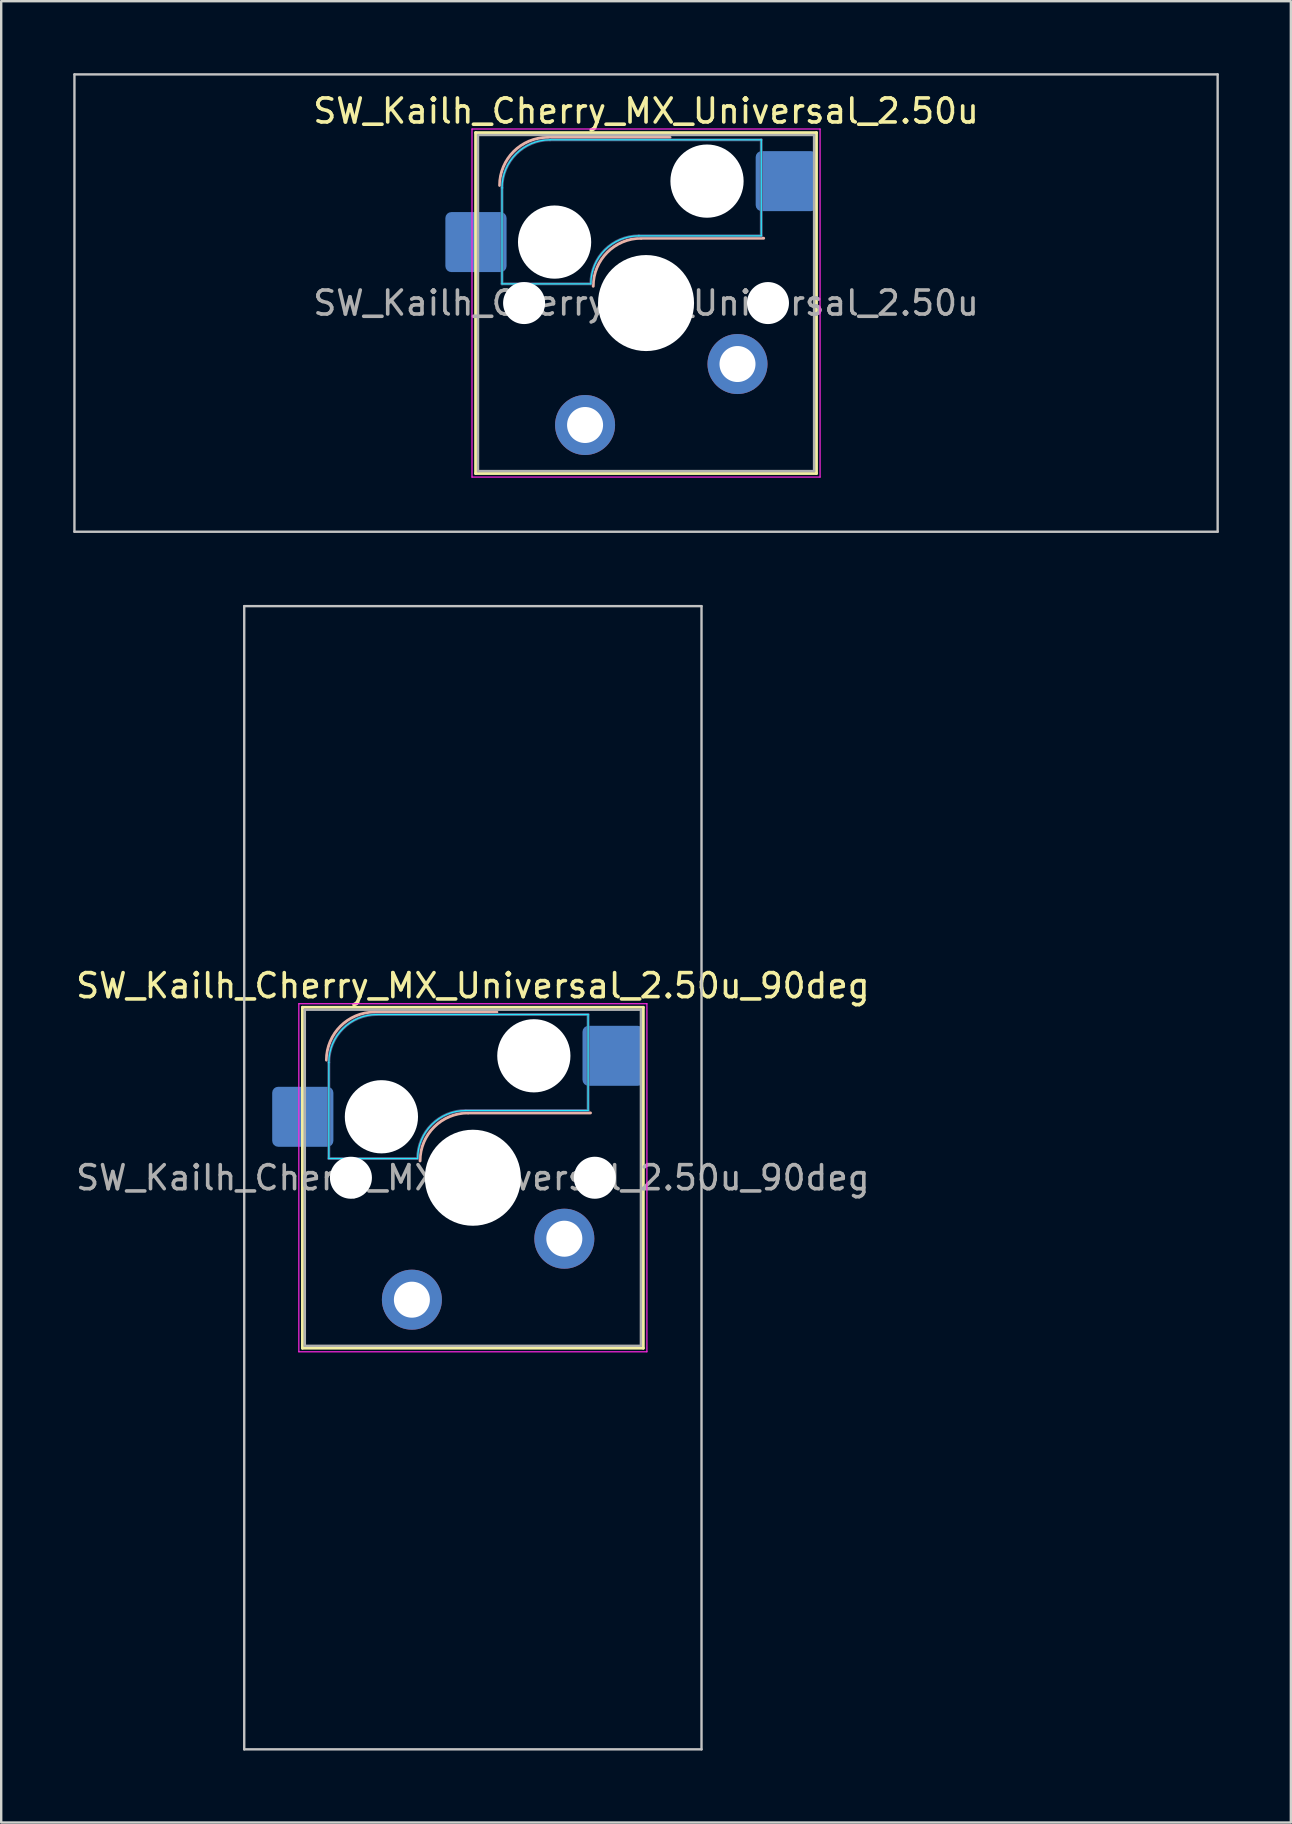
<source format=kicad_pcb>
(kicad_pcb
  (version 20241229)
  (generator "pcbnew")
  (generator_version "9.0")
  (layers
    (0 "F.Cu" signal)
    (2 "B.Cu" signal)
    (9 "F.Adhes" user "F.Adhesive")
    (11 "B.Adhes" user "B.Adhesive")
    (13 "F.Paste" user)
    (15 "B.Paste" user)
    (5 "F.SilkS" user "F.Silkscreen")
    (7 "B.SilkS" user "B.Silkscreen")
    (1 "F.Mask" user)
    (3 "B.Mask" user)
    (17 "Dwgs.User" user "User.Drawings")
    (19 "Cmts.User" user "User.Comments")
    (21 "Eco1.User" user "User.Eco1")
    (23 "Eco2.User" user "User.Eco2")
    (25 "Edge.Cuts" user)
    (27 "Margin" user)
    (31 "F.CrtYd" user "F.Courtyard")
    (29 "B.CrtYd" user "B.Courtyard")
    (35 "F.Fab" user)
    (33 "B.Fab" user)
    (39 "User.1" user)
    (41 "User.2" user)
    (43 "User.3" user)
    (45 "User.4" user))
  (footprint "SW_Kailh_Cherry_MX_Universal_2.50u_90deg"
    (layer "F.Cu")
    (at 16.649 46.013)
    (property "Reference" "SW_Kailh_Cherry_MX_Universal_2.50u_90deg" (at 0 -8 0) (layer "F.SilkS") (effects (font (size 1 1) (thickness 0.15))))
    (attr through_hole)
    (fp_line (start -7.1 -7.1) (end -7.1 7.1) (stroke (width 0.12) (type solid)) (layer "F.SilkS"))
    (fp_line (start -7.1 7.1) (end 7.1 7.1) (stroke (width 0.12) (type solid)) (layer "F.SilkS"))
    (fp_line (start 7.1 -7.1) (end -7.1 -7.1) (stroke (width 0.12) (type solid)) (layer "F.SilkS"))
    (fp_line (start 7.1 7.1) (end 7.1 -7.1) (stroke (width 0.12) (type solid)) (layer "F.SilkS"))
    (fp_line (start -4.1 -6.9) (end 1 -6.9) (stroke (width 0.12) (type solid)) (layer "B.SilkS"))
    (fp_line (start -0.2 -2.7) (end 4.9 -2.7) (stroke (width 0.12) (type solid)) (layer "B.SilkS"))
    (fp_arc (start -6.1 -4.9) (mid -5.514214 -6.314214) (end -4.1 -6.9) (stroke (width 0.12) (type solid)) (layer "B.SilkS"))
    (fp_arc (start -2.2 -0.7) (mid -1.614214 -2.114214) (end -0.2 -2.7) (stroke (width 0.12) (type solid)) (layer "B.SilkS"))
    (fp_line (start -9.525 -23.812) (end 9.525 -23.812) (stroke (width 0.1) (type solid)) (layer "Dwgs.User"))
    (fp_line (start -9.525 23.812) (end -9.525 -23.812) (stroke (width 0.1) (type solid)) (layer "Dwgs.User"))
    (fp_line (start 9.525 -23.812) (end 9.525 23.812) (stroke (width 0.1) (type solid)) (layer "Dwgs.User"))
    (fp_line (start 9.525 23.812) (end -9.525 23.812) (stroke (width 0.1) (type solid)) (layer "Dwgs.User"))
    (fp_line (start -7.8 -6) (end -7 -6) (stroke (width 0.1) (type solid)) (layer "Eco1.User"))
    (fp_line (start -7.8 -2.9) (end -7.8 -6) (stroke (width 0.1) (type solid)) (layer "Eco1.User"))
    (fp_line (start -7.8 2.9) (end -7 2.9) (stroke (width 0.1) (type solid)) (layer "Eco1.User"))
    (fp_line (start -7.8 6) (end -7.8 2.9) (stroke (width 0.1) (type solid)) (layer "Eco1.User"))
    (fp_line (start -7 -7) (end 7 -7) (stroke (width 0.1) (type solid)) (layer "Eco1.User"))
    (fp_line (start -7 -6) (end -7 -7) (stroke (width 0.1) (type solid)) (layer "Eco1.User"))
    (fp_line (start -7 -2.9) (end -7.8 -2.9) (stroke (width 0.1) (type solid)) (layer "Eco1.User"))
    (fp_line (start -7 2.9) (end -7 -2.9) (stroke (width 0.1) (type solid)) (layer "Eco1.User"))
    (fp_line (start -7 6) (end -7.8 6) (stroke (width 0.1) (type solid)) (layer "Eco1.User"))
    (fp_line (start -7 7) (end -7 6) (stroke (width 0.1) (type solid)) (layer "Eco1.User"))
    (fp_line (start 7 -7) (end 7 -6) (stroke (width 0.1) (type solid)) (layer "Eco1.User"))
    (fp_line (start 7 -6) (end 7.8 -6) (stroke (width 0.1) (type solid)) (layer "Eco1.User"))
    (fp_line (start 7 -2.9) (end 7 2.9) (stroke (width 0.1) (type solid)) (layer "Eco1.User"))
    (fp_line (start 7 2.9) (end 7.8 2.9) (stroke (width 0.1) (type solid)) (layer "Eco1.User"))
    (fp_line (start 7 6) (end 7 7) (stroke (width 0.1) (type solid)) (layer "Eco1.User"))
    (fp_line (start 7 7) (end -7 7) (stroke (width 0.1) (type solid)) (layer "Eco1.User"))
    (fp_line (start 7.8 -6) (end 7.8 -2.9) (stroke (width 0.1) (type solid)) (layer "Eco1.User"))
    (fp_line (start 7.8 -2.9) (end 7 -2.9) (stroke (width 0.1) (type solid)) (layer "Eco1.User"))
    (fp_line (start 7.8 2.9) (end 7.8 6) (stroke (width 0.1) (type solid)) (layer "Eco1.User"))
    (fp_line (start 7.8 6) (end 7 6) (stroke (width 0.1) (type solid)) (layer "Eco1.User"))
    (fp_line (start -6 -0.8) (end -6 -4.8) (stroke (width 0.05) (type solid)) (layer "B.CrtYd"))
    (fp_line (start -6 -0.8) (end -2.3 -0.8) (stroke (width 0.05) (type solid)) (layer "B.CrtYd"))
    (fp_line (start -4 -6.8) (end 4.8 -6.8) (stroke (width 0.05) (type solid)) (layer "B.CrtYd"))
    (fp_line (start -0.3 -2.8) (end 4.8 -2.8) (stroke (width 0.05) (type solid)) (layer "B.CrtYd"))
    (fp_line (start 4.8 -6.8) (end 4.8 -2.8) (stroke (width 0.05) (type solid)) (layer "B.CrtYd"))
    (fp_arc (start -6 -4.8) (mid -5.414214 -6.214214) (end -4 -6.8) (stroke (width 0.05) (type solid)) (layer "B.CrtYd"))
    (fp_arc (start -2.3 -0.8) (mid -1.714214 -2.214214) (end -0.3 -2.8) (stroke (width 0.05) (type solid)) (layer "B.CrtYd"))
    (fp_line (start -7.25 -7.25) (end -7.25 7.25) (stroke (width 0.05) (type solid)) (layer "F.CrtYd"))
    (fp_line (start -7.25 7.25) (end 7.25 7.25) (stroke (width 0.05) (type solid)) (layer "F.CrtYd"))
    (fp_line (start 7.25 -7.25) (end -7.25 -7.25) (stroke (width 0.05) (type solid)) (layer "F.CrtYd"))
    (fp_line (start 7.25 7.25) (end 7.25 -7.25) (stroke (width 0.05) (type solid)) (layer "F.CrtYd"))
    (fp_line (start -6 -0.8) (end -6 -4.8) (stroke (width 0.12) (type solid)) (layer "B.Fab"))
    (fp_line (start -6 -0.8) (end -2.3 -0.8) (stroke (width 0.12) (type solid)) (layer "B.Fab"))
    (fp_line (start -4 -6.8) (end 4.8 -6.8) (stroke (width 0.12) (type solid)) (layer "B.Fab"))
    (fp_line (start -0.3 -2.8) (end 4.8 -2.8) (stroke (width 0.12) (type solid)) (layer "B.Fab"))
    (fp_line (start 4.8 -6.8) (end 4.8 -2.8) (stroke (width 0.12) (type solid)) (layer "B.Fab"))
    (fp_arc (start -6 -4.8) (mid -5.414214 -6.214214) (end -4 -6.8) (stroke (width 0.12) (type solid)) (layer "B.Fab"))
    (fp_arc (start -2.3 -0.8) (mid -1.714214 -2.214214) (end -0.3 -2.8) (stroke (width 0.12) (type solid)) (layer "B.Fab"))
    (fp_line (start -7 -7) (end -7 7) (stroke (width 0.1) (type solid)) (layer "F.Fab"))
    (fp_line (start -7 7) (end 7 7) (stroke (width 0.1) (type solid)) (layer "F.Fab"))
    (fp_line (start 7 -7) (end -7 -7) (stroke (width 0.1) (type solid)) (layer "F.Fab"))
    (fp_line (start 7 7) (end 7 -7) (stroke (width 0.1) (type solid)) (layer "F.Fab"))
    (fp_text user "${REFERENCE}" (at 0 0 0) (layer "F.Fab") (effects (font (size 1 1) (thickness 0.15))))
    (pad "" np_thru_hole circle (at -5.08 0) (size 1.75 1.75) (drill 1.75) (layers "*.Cu" "*.Mask"))
    (pad "" np_thru_hole circle (at -3.81 -2.54) (size 3.05 3.05) (drill 3.05) (layers "*.Cu" "*.Mask"))
    (pad "" np_thru_hole circle (at 0 0) (size 4 4) (drill 4) (layers "*.Cu" "*.Mask"))
    (pad "" np_thru_hole circle (at 2.54 -5.08) (size 3.05 3.05) (drill 3.05) (layers "*.Cu" "*.Mask"))
    (pad "" np_thru_hole circle (at 5.08 0) (size 1.75 1.75) (drill 1.75) (layers "*.Cu" "*.Mask"))
    (pad "1" smd roundrect (at -7.085 -2.54) (size 2.55 2.5) (layers "B.Cu" "B.Mask" "B.Paste") (roundrect_rratio 0.1))
    (pad "1" thru_hole circle (at -2.54 5.08) (size 2.5 2.5) (drill 1.5) (layers "*.Cu" "*.Mask"))
    (pad "2" thru_hole circle (at 3.81 2.54) (size 2.5 2.5) (drill 1.5) (layers "*.Cu" "*.Mask"))
    (pad "2" smd roundrect (at 5.842 -5.08) (size 2.55 2.5) (layers "B.Cu" "B.Mask" "B.Paste") (roundrect_rratio 0.1)))
  (footprint "SW_Kailh_Cherry_MX_Universal_2.50u"
    (layer "F.Cu")
    (at 23.863 9.575)
    (property "Reference" "SW_Kailh_Cherry_MX_Universal_2.50u" (at 0 -8 0) (layer "F.SilkS") (effects (font (size 1 1) (thickness 0.15))))
    (attr through_hole)
    (fp_line (start -7.1 -7.1) (end -7.1 7.1) (stroke (width 0.12) (type solid)) (layer "F.SilkS"))
    (fp_line (start -7.1 7.1) (end 7.1 7.1) (stroke (width 0.12) (type solid)) (layer "F.SilkS"))
    (fp_line (start 7.1 -7.1) (end -7.1 -7.1) (stroke (width 0.12) (type solid)) (layer "F.SilkS"))
    (fp_line (start 7.1 7.1) (end 7.1 -7.1) (stroke (width 0.12) (type solid)) (layer "F.SilkS"))
    (fp_line (start -4.1 -6.9) (end 1 -6.9) (stroke (width 0.12) (type solid)) (layer "B.SilkS"))
    (fp_line (start -0.2 -2.7) (end 4.9 -2.7) (stroke (width 0.12) (type solid)) (layer "B.SilkS"))
    (fp_arc (start -6.1 -4.9) (mid -5.514214 -6.314214) (end -4.1 -6.9) (stroke (width 0.12) (type solid)) (layer "B.SilkS"))
    (fp_arc (start -2.2 -0.7) (mid -1.614214 -2.114214) (end -0.2 -2.7) (stroke (width 0.12) (type solid)) (layer "B.SilkS"))
    (fp_line (start -23.812 -9.525) (end -23.812 9.525) (stroke (width 0.1) (type solid)) (layer "Dwgs.User"))
    (fp_line (start -23.812 9.525) (end 23.812 9.525) (stroke (width 0.1) (type solid)) (layer "Dwgs.User"))
    (fp_line (start 23.812 -9.525) (end -23.812 -9.525) (stroke (width 0.1) (type solid)) (layer "Dwgs.User"))
    (fp_line (start 23.812 9.525) (end 23.812 -9.525) (stroke (width 0.1) (type solid)) (layer "Dwgs.User"))
    (fp_line (start -7.8 -6) (end -7 -6) (stroke (width 0.1) (type solid)) (layer "Eco1.User"))
    (fp_line (start -7.8 -2.9) (end -7.8 -6) (stroke (width 0.1) (type solid)) (layer "Eco1.User"))
    (fp_line (start -7.8 2.9) (end -7 2.9) (stroke (width 0.1) (type solid)) (layer "Eco1.User"))
    (fp_line (start -7.8 6) (end -7.8 2.9) (stroke (width 0.1) (type solid)) (layer "Eco1.User"))
    (fp_line (start -7 -7) (end 7 -7) (stroke (width 0.1) (type solid)) (layer "Eco1.User"))
    (fp_line (start -7 -6) (end -7 -7) (stroke (width 0.1) (type solid)) (layer "Eco1.User"))
    (fp_line (start -7 -2.9) (end -7.8 -2.9) (stroke (width 0.1) (type solid)) (layer "Eco1.User"))
    (fp_line (start -7 2.9) (end -7 -2.9) (stroke (width 0.1) (type solid)) (layer "Eco1.User"))
    (fp_line (start -7 6) (end -7.8 6) (stroke (width 0.1) (type solid)) (layer "Eco1.User"))
    (fp_line (start -7 7) (end -7 6) (stroke (width 0.1) (type solid)) (layer "Eco1.User"))
    (fp_line (start 7 -7) (end 7 -6) (stroke (width 0.1) (type solid)) (layer "Eco1.User"))
    (fp_line (start 7 -6) (end 7.8 -6) (stroke (width 0.1) (type solid)) (layer "Eco1.User"))
    (fp_line (start 7 -2.9) (end 7 2.9) (stroke (width 0.1) (type solid)) (layer "Eco1.User"))
    (fp_line (start 7 2.9) (end 7.8 2.9) (stroke (width 0.1) (type solid)) (layer "Eco1.User"))
    (fp_line (start 7 6) (end 7 7) (stroke (width 0.1) (type solid)) (layer "Eco1.User"))
    (fp_line (start 7 7) (end -7 7) (stroke (width 0.1) (type solid)) (layer "Eco1.User"))
    (fp_line (start 7.8 -6) (end 7.8 -2.9) (stroke (width 0.1) (type solid)) (layer "Eco1.User"))
    (fp_line (start 7.8 -2.9) (end 7 -2.9) (stroke (width 0.1) (type solid)) (layer "Eco1.User"))
    (fp_line (start 7.8 2.9) (end 7.8 6) (stroke (width 0.1) (type solid)) (layer "Eco1.User"))
    (fp_line (start 7.8 6) (end 7 6) (stroke (width 0.1) (type solid)) (layer "Eco1.User"))
    (fp_line (start -6 -0.8) (end -6 -4.8) (stroke (width 0.05) (type solid)) (layer "B.CrtYd"))
    (fp_line (start -6 -0.8) (end -2.3 -0.8) (stroke (width 0.05) (type solid)) (layer "B.CrtYd"))
    (fp_line (start -4 -6.8) (end 4.8 -6.8) (stroke (width 0.05) (type solid)) (layer "B.CrtYd"))
    (fp_line (start -0.3 -2.8) (end 4.8 -2.8) (stroke (width 0.05) (type solid)) (layer "B.CrtYd"))
    (fp_line (start 4.8 -6.8) (end 4.8 -2.8) (stroke (width 0.05) (type solid)) (layer "B.CrtYd"))
    (fp_arc (start -6 -4.8) (mid -5.414214 -6.214214) (end -4 -6.8) (stroke (width 0.05) (type solid)) (layer "B.CrtYd"))
    (fp_arc (start -2.3 -0.8) (mid -1.714214 -2.214214) (end -0.3 -2.8) (stroke (width 0.05) (type solid)) (layer "B.CrtYd"))
    (fp_line (start -7.25 -7.25) (end -7.25 7.25) (stroke (width 0.05) (type solid)) (layer "F.CrtYd"))
    (fp_line (start -7.25 7.25) (end 7.25 7.25) (stroke (width 0.05) (type solid)) (layer "F.CrtYd"))
    (fp_line (start 7.25 -7.25) (end -7.25 -7.25) (stroke (width 0.05) (type solid)) (layer "F.CrtYd"))
    (fp_line (start 7.25 7.25) (end 7.25 -7.25) (stroke (width 0.05) (type solid)) (layer "F.CrtYd"))
    (fp_line (start -6 -0.8) (end -6 -4.8) (stroke (width 0.12) (type solid)) (layer "B.Fab"))
    (fp_line (start -6 -0.8) (end -2.3 -0.8) (stroke (width 0.12) (type solid)) (layer "B.Fab"))
    (fp_line (start -4 -6.8) (end 4.8 -6.8) (stroke (width 0.12) (type solid)) (layer "B.Fab"))
    (fp_line (start -0.3 -2.8) (end 4.8 -2.8) (stroke (width 0.12) (type solid)) (layer "B.Fab"))
    (fp_line (start 4.8 -6.8) (end 4.8 -2.8) (stroke (width 0.12) (type solid)) (layer "B.Fab"))
    (fp_arc (start -6 -4.8) (mid -5.414214 -6.214214) (end -4 -6.8) (stroke (width 0.12) (type solid)) (layer "B.Fab"))
    (fp_arc (start -2.3 -0.8) (mid -1.714214 -2.214214) (end -0.3 -2.8) (stroke (width 0.12) (type solid)) (layer "B.Fab"))
    (fp_line (start -7 -7) (end -7 7) (stroke (width 0.1) (type solid)) (layer "F.Fab"))
    (fp_line (start -7 7) (end 7 7) (stroke (width 0.1) (type solid)) (layer "F.Fab"))
    (fp_line (start 7 -7) (end -7 -7) (stroke (width 0.1) (type solid)) (layer "F.Fab"))
    (fp_line (start 7 7) (end 7 -7) (stroke (width 0.1) (type solid)) (layer "F.Fab"))
    (fp_text user "${REFERENCE}" (at 0 0 0) (layer "F.Fab") (effects (font (size 1 1) (thickness 0.15))))
    (pad "" np_thru_hole circle (at -5.08 0) (size 1.75 1.75) (drill 1.75) (layers "*.Cu" "*.Mask"))
    (pad "" np_thru_hole circle (at -3.81 -2.54) (size 3.05 3.05) (drill 3.05) (layers "*.Cu" "*.Mask"))
    (pad "" np_thru_hole circle (at 0 0) (size 4 4) (drill 4) (layers "*.Cu" "*.Mask"))
    (pad "" np_thru_hole circle (at 2.54 -5.08) (size 3.05 3.05) (drill 3.05) (layers "*.Cu" "*.Mask"))
    (pad "" np_thru_hole circle (at 5.08 0) (size 1.75 1.75) (drill 1.75) (layers "*.Cu" "*.Mask"))
    (pad "1" smd roundrect (at -7.085 -2.54) (size 2.55 2.5) (layers "B.Cu" "B.Mask" "B.Paste") (roundrect_rratio 0.1))
    (pad "1" thru_hole circle (at -2.54 5.08) (size 2.5 2.5) (drill 1.5) (layers "*.Cu" "*.Mask"))
    (pad "2" thru_hole circle (at 3.81 2.54) (size 2.5 2.5) (drill 1.5) (layers "*.Cu" "*.Mask"))
    (pad "2" smd roundrect (at 5.842 -5.08) (size 2.55 2.5) (layers "B.Cu" "B.Mask" "B.Paste") (roundrect_rratio 0.1)))
  (gr_rect
    (start -3 -3)
    (end 50.725 72.875)
    (stroke (width 0.1) (type default))
    (fill no)
    (layer "Edge.Cuts")))
</source>
